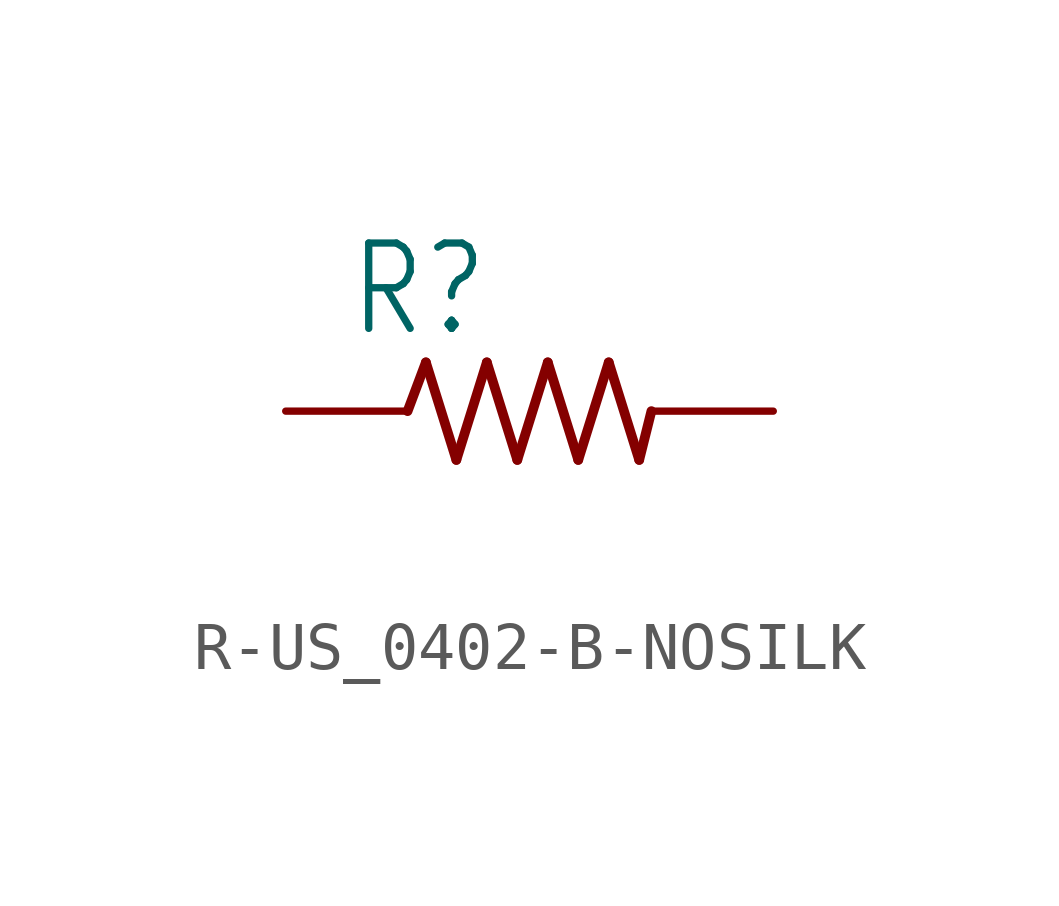
<source format=kicad_sym>
(kicad_symbol_lib
  (version 20241209)
  (generator "kicad_symbol_editor")
  (generator_version "9.0")
  (symbol "R-US_0402-B-NOSILK"
    (property "Reference" "R"
      (at -3.81 1.499 0)
      (effects (font (size 1.778 1.511)) (justify left bottom)))
    (property "Value" ""
      (at -3.81 -3.302 0)
      (effects (font (size 1.778 1.511)) (justify left bottom)))
    (property "ki_locked" ""
      (at 0 0 0)
      (effects (font (size 1.27 1.27))))
    (symbol "R-US_0402-B-NOSILK_1_0"
      (polyline (pts (xy -2.54 0) (xy -2.159 1.016)) (stroke (width 0.203) (type solid)) (fill (type none)))
      (polyline (pts (xy -2.159 1.016) (xy -1.524 -1.016)) (stroke (width 0.203) (type solid)) (fill (type none)))
      (polyline (pts (xy -1.524 -1.016) (xy -0.889 1.016)) (stroke (width 0.203) (type solid)) (fill (type none)))
      (polyline (pts (xy -0.889 1.016) (xy -0.254 -1.016)) (stroke (width 0.203) (type solid)) (fill (type none)))
      (polyline (pts (xy -0.254 -1.016) (xy 0.381 1.016)) (stroke (width 0.203) (type solid)) (fill (type none)))
      (polyline (pts (xy 0.381 1.016) (xy 1.016 -1.016)) (stroke (width 0.203) (type solid)) (fill (type none)))
      (polyline (pts (xy 1.016 -1.016) (xy 1.651 1.016)) (stroke (width 0.203) (type solid)) (fill (type none)))
      (polyline (pts (xy 1.651 1.016) (xy 2.286 -1.016)) (stroke (width 0.203) (type solid)) (fill (type none)))
      (polyline (pts (xy 2.286 -1.016) (xy 2.54 0)) (stroke (width 0.203) (type solid)) (fill (type none)))
      (pin passive line (at -5.08 0 0) (length 2.54) (name "1" (effects (font (size 0 0)))) (number "1" (effects (font (size 0 0)))))
      (pin passive line (at 5.08 0 180) (length 2.54) (name "2" (effects (font (size 0 0)))) (number "2" (effects (font (size 0 0))))))))
</source>
